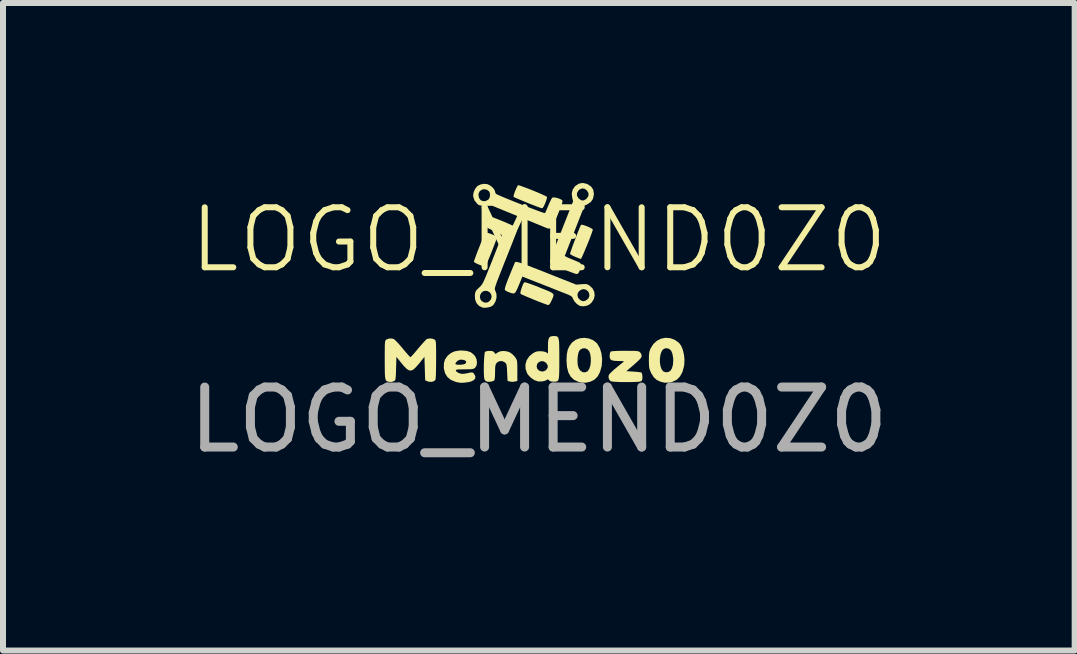
<source format=kicad_pcb>
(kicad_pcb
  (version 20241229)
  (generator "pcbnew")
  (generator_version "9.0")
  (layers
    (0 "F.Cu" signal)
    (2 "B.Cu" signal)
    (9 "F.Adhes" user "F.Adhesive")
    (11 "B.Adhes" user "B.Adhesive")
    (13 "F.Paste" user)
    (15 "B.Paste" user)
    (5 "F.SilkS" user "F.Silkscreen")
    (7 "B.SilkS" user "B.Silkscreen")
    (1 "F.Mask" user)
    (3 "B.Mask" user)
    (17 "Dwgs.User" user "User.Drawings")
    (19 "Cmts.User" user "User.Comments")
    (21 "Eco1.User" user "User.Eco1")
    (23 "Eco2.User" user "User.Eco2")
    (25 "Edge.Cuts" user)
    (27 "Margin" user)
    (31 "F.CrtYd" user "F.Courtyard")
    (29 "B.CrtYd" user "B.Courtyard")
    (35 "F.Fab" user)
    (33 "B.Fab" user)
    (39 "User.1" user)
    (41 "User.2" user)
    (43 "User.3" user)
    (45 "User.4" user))
  (footprint "LOGO_MEND0Z0"
    (layer "F.Cu")
    (at 5.935 1.449)
    (property "Reference" "LOGO_MEND0Z0" (at 0 -0.5 0) (unlocked yes) (layer "F.SilkS") (effects (font (size 1 1) (thickness 0.1))))
    (fp_poly (pts (xy -0.192 0.218) (xy -0.135 0.238) (xy -0.056 0.267) (xy 0.012 0.295) (xy 0.095 0.328) (xy 0.157 0.353) (xy 0.201 0.374) (xy 0.229 0.392) (xy 0.242 0.41) (xy 0.244 0.43) (xy 0.237 0.456) (xy 0.222 0.49) (xy 0.209 0.519) (xy 0.186 0.563) (xy 0.166 0.584) (xy 0.155 0.587) (xy 0.137 0.582) (xy 0.099 0.569) (xy 0.047 0.549) (xy -0.017 0.525) (xy -0.081 0.499) (xy -0.15 0.47) (xy -0.21 0.445) (xy -0.259 0.423) (xy -0.293 0.408) (xy -0.306 0.4) (xy -0.308 0.383) (xy -0.302 0.351) (xy -0.29 0.31) (xy -0.275 0.268) (xy -0.26 0.233) (xy -0.246 0.211) (xy -0.244 0.209) (xy -0.228 0.209)) (stroke (width 0) (type solid)) (fill yes) (layer "F.SilkS"))
    (fp_poly (pts (xy -0.329 -1.408) (xy -0.295 -1.397) (xy -0.246 -1.379) (xy -0.187 -1.357) (xy -0.123 -1.332) (xy -0.057 -1.305) (xy 0.005 -1.279) (xy 0.06 -1.255) (xy 0.103 -1.235) (xy 0.13 -1.22) (xy 0.137 -1.215) (xy 0.134 -1.197) (xy 0.125 -1.163) (xy 0.109 -1.119) (xy 0.107 -1.113) (xy 0.083 -1.06) (xy 0.064 -1.032) (xy 0.052 -1.026) (xy 0.034 -1.031) (xy -0.002 -1.044) (xy -0.055 -1.063) (xy -0.118 -1.088) (xy -0.189 -1.116) (xy -0.191 -1.117) (xy -0.261 -1.146) (xy -0.323 -1.172) (xy -0.373 -1.193) (xy -0.407 -1.209) (xy -0.422 -1.216) (xy -0.422 -1.216) (xy -0.422 -1.232) (xy -0.414 -1.263) (xy -0.4 -1.302) (xy -0.383 -1.344) (xy -0.366 -1.38) (xy -0.352 -1.405) (xy -0.346 -1.411)) (stroke (width 0) (type solid)) (fill yes) (layer "F.SilkS"))
    (fp_poly (pts (xy 0.753 -0.744) (xy 0.792 -0.73) (xy 0.834 -0.713) (xy 0.87 -0.694) (xy 0.894 -0.679) (xy 0.9 -0.67) (xy 0.894 -0.649) (xy 0.881 -0.61) (xy 0.862 -0.559) (xy 0.839 -0.499) (xy 0.813 -0.434) (xy 0.786 -0.369) (xy 0.76 -0.307) (xy 0.737 -0.254) (xy 0.718 -0.212) (xy 0.705 -0.187) (xy 0.701 -0.182) (xy 0.683 -0.187) (xy 0.649 -0.199) (xy 0.607 -0.216) (xy 0.606 -0.217) (xy 0.565 -0.236) (xy 0.534 -0.253) (xy 0.52 -0.265) (xy 0.52 -0.265) (xy 0.523 -0.28) (xy 0.534 -0.314) (xy 0.551 -0.363) (xy 0.572 -0.422) (xy 0.597 -0.487) (xy 0.622 -0.553) (xy 0.646 -0.616) (xy 0.669 -0.672) (xy 0.687 -0.716) (xy 0.7 -0.744) (xy 0.705 -0.751) (xy 0.721 -0.752)) (stroke (width 0) (type solid)) (fill yes) (layer "F.SilkS"))
    (fp_poly (pts (xy -0.874 -0.622) (xy -0.841 -0.613) (xy -0.797 -0.598) (xy -0.785 -0.593) (xy -0.739 -0.573) (xy -0.712 -0.559) (xy -0.7 -0.547) (xy -0.699 -0.533) (xy -0.7 -0.528) (xy -0.707 -0.509) (xy -0.722 -0.47) (xy -0.743 -0.415) (xy -0.768 -0.35) (xy -0.796 -0.279) (xy -0.796 -0.278) (xy -0.83 -0.195) (xy -0.856 -0.133) (xy -0.876 -0.091) (xy -0.891 -0.066) (xy -0.902 -0.056) (xy -0.905 -0.056) (xy -0.927 -0.061) (xy -0.963 -0.073) (xy -1.004 -0.089) (xy -1.044 -0.107) (xy -1.072 -0.124) (xy -1.083 -0.135) (xy -1.079 -0.153) (xy -1.066 -0.188) (xy -1.048 -0.238) (xy -1.026 -0.298) (xy -1 -0.363) (xy -0.974 -0.429) (xy -0.949 -0.492) (xy -0.926 -0.547) (xy -0.907 -0.59) (xy -0.895 -0.617) (xy -0.891 -0.623)) (stroke (width 0) (type solid)) (fill yes) (layer "F.SilkS"))
    (fp_poly (pts (xy 0.835 1.145) (xy 0.904 1.173) (xy 0.961 1.217) (xy 0.976 1.235) (xy 1.017 1.307) (xy 1.044 1.395) (xy 1.055 1.491) (xy 1.049 1.59) (xy 1.046 1.608) (xy 1.02 1.703) (xy 0.981 1.777) (xy 0.927 1.831) (xy 0.859 1.865) (xy 0.852 1.867) (xy 0.784 1.882) (xy 0.722 1.882) (xy 0.655 1.866) (xy 0.585 1.833) (xy 0.531 1.782) (xy 0.492 1.712) (xy 0.469 1.622) (xy 0.461 1.513) (xy 0.461 1.502) (xy 0.461 1.5) (xy 0.644 1.5) (xy 0.646 1.562) (xy 0.649 1.59) (xy 0.665 1.643) (xy 0.694 1.683) (xy 0.73 1.706) (xy 0.77 1.71) (xy 0.808 1.694) (xy 0.819 1.685) (xy 0.843 1.645) (xy 0.86 1.589) (xy 0.867 1.524) (xy 0.865 1.457) (xy 0.854 1.395) (xy 0.84 1.359) (xy 0.81 1.325) (xy 0.769 1.308) (xy 0.726 1.311) (xy 0.688 1.333) (xy 0.674 1.35) (xy 0.659 1.386) (xy 0.649 1.439) (xy 0.644 1.5) (xy 0.461 1.5) (xy 0.466 1.408) (xy 0.481 1.333) (xy 0.51 1.27) (xy 0.552 1.214) (xy 0.558 1.208) (xy 0.616 1.166) (xy 0.685 1.141) (xy 0.76 1.134)) (stroke (width 0) (type solid)) (fill yes) (layer "F.SilkS"))
    (fp_poly (pts (xy 2.189 1.139) (xy 2.264 1.166) (xy 2.334 1.215) (xy 2.334 1.215) (xy 2.372 1.265) (xy 2.4 1.332) (xy 2.419 1.412) (xy 2.428 1.497) (xy 2.424 1.583) (xy 2.42 1.608) (xy 2.394 1.703) (xy 2.354 1.777) (xy 2.301 1.831) (xy 2.233 1.865) (xy 2.225 1.867) (xy 2.157 1.882) (xy 2.095 1.882) (xy 2.029 1.866) (xy 1.966 1.837) (xy 1.915 1.79) (xy 1.873 1.723) (xy 1.867 1.711) (xy 1.852 1.674) (xy 1.842 1.641) (xy 1.837 1.602) (xy 1.835 1.551) (xy 1.834 1.508) (xy 1.835 1.482) (xy 2.018 1.482) (xy 2.018 1.544) (xy 2.027 1.603) (xy 2.044 1.653) (xy 2.071 1.69) (xy 2.076 1.694) (xy 2.113 1.708) (xy 2.156 1.705) (xy 2.192 1.685) (xy 2.192 1.685) (xy 2.218 1.644) (xy 2.235 1.586) (xy 2.241 1.516) (xy 2.24 1.476) (xy 2.227 1.4) (xy 2.204 1.346) (xy 2.169 1.316) (xy 2.124 1.307) (xy 2.097 1.312) (xy 2.066 1.331) (xy 2.042 1.37) (xy 2.026 1.422) (xy 2.018 1.482) (xy 1.835 1.482) (xy 1.835 1.443) (xy 1.838 1.396) (xy 1.845 1.359) (xy 1.857 1.324) (xy 1.864 1.309) (xy 1.909 1.237) (xy 1.968 1.183) (xy 2.037 1.148) (xy 2.112 1.133)) (stroke (width 0) (type solid)) (fill yes) (layer "F.SilkS"))
    (fp_poly (pts (xy -0.782 1.354) (xy -0.756 1.365) (xy -0.744 1.377) (xy -0.722 1.404) (xy -0.687 1.378) (xy -0.641 1.358) (xy -0.583 1.353) (xy -0.523 1.362) (xy -0.482 1.378) (xy -0.445 1.404) (xy -0.409 1.44) (xy -0.396 1.456) (xy -0.381 1.479) (xy -0.371 1.498) (xy -0.364 1.521) (xy -0.361 1.551) (xy -0.359 1.594) (xy -0.359 1.656) (xy -0.359 1.681) (xy -0.359 1.853) (xy -0.4 1.863) (xy -0.442 1.868) (xy -0.481 1.863) (xy -0.522 1.853) (xy -0.529 1.711) (xy -0.532 1.648) (xy -0.536 1.606) (xy -0.541 1.578) (xy -0.549 1.561) (xy -0.561 1.548) (xy -0.565 1.544) (xy -0.608 1.523) (xy -0.653 1.522) (xy -0.692 1.541) (xy -0.704 1.554) (xy -0.717 1.573) (xy -0.724 1.596) (xy -0.729 1.63) (xy -0.73 1.681) (xy -0.73 1.71) (xy -0.732 1.775) (xy -0.736 1.818) (xy -0.743 1.842) (xy -0.747 1.846) (xy -0.778 1.86) (xy -0.821 1.867) (xy -0.864 1.865) (xy -0.866 1.865) (xy -0.893 1.848) (xy -0.908 1.825) (xy -0.913 1.799) (xy -0.916 1.755) (xy -0.918 1.698) (xy -0.918 1.633) (xy -0.917 1.566) (xy -0.914 1.501) (xy -0.91 1.443) (xy -0.906 1.399) (xy -0.9 1.372) (xy -0.898 1.368) (xy -0.877 1.358) (xy -0.841 1.352) (xy -0.824 1.352)) (stroke (width 0) (type solid)) (fill yes) (layer "F.SilkS"))
    (fp_poly (pts (xy 1.517 1.351) (xy 1.577 1.351) (xy 1.62 1.353) (xy 1.649 1.357) (xy 1.668 1.362) (xy 1.681 1.369) (xy 1.687 1.374) (xy 1.708 1.406) (xy 1.714 1.434) (xy 1.711 1.452) (xy 1.7 1.471) (xy 1.677 1.497) (xy 1.641 1.532) (xy 1.588 1.579) (xy 1.587 1.58) (xy 1.459 1.69) (xy 1.577 1.697) (xy 1.631 1.701) (xy 1.675 1.706) (xy 1.704 1.711) (xy 1.711 1.713) (xy 1.72 1.732) (xy 1.726 1.767) (xy 1.727 1.786) (xy 1.725 1.824) (xy 1.718 1.846) (xy 1.703 1.857) (xy 1.694 1.861) (xy 1.669 1.866) (xy 1.624 1.869) (xy 1.565 1.871) (xy 1.497 1.872) (xy 1.425 1.872) (xy 1.356 1.871) (xy 1.293 1.868) (xy 1.242 1.865) (xy 1.209 1.86) (xy 1.2 1.858) (xy 1.173 1.832) (xy 1.161 1.792) (xy 1.165 1.757) (xy 1.178 1.737) (xy 1.208 1.706) (xy 1.252 1.665) (xy 1.307 1.619) (xy 1.369 1.569) (xy 1.407 1.539) (xy 1.416 1.53) (xy 1.412 1.525) (xy 1.392 1.522) (xy 1.351 1.521) (xy 1.329 1.521) (xy 1.264 1.518) (xy 1.221 1.51) (xy 1.195 1.495) (xy 1.183 1.469) (xy 1.18 1.432) (xy 1.184 1.396) (xy 1.193 1.369) (xy 1.196 1.365) (xy 1.213 1.359) (xy 1.251 1.355) (xy 1.311 1.352) (xy 1.394 1.35) (xy 1.436 1.35)) (stroke (width 0) (type solid)) (fill yes) (layer "F.SilkS"))
    (fp_poly (pts (xy -1.202 1.352) (xy -1.136 1.374) (xy -1.085 1.414) (xy -1.061 1.444) (xy -1.039 1.493) (xy -1.032 1.546) (xy -1.039 1.595) (xy -1.062 1.632) (xy -1.077 1.643) (xy -1.094 1.651) (xy -1.12 1.656) (xy -1.159 1.658) (xy -1.217 1.659) (xy -1.238 1.659) (xy -1.303 1.66) (xy -1.346 1.661) (xy -1.371 1.665) (xy -1.383 1.671) (xy -1.385 1.678) (xy -1.374 1.697) (xy -1.346 1.716) (xy -1.309 1.73) (xy -1.274 1.735) (xy -1.239 1.732) (xy -1.194 1.724) (xy -1.171 1.719) (xy -1.132 1.711) (xy -1.109 1.711) (xy -1.094 1.72) (xy -1.081 1.733) (xy -1.059 1.774) (xy -1.061 1.81) (xy -1.086 1.84) (xy -1.133 1.863) (xy -1.179 1.873) (xy -1.246 1.882) (xy -1.3 1.884) (xy -1.351 1.877) (xy -1.387 1.868) (xy -1.466 1.836) (xy -1.525 1.788) (xy -1.564 1.725) (xy -1.584 1.646) (xy -1.585 1.634) (xy -1.583 1.568) (xy -1.393 1.568) (xy -1.392 1.571) (xy -1.374 1.579) (xy -1.34 1.583) (xy -1.3 1.582) (xy -1.26 1.577) (xy -1.232 1.568) (xy -1.227 1.565) (xy -1.211 1.543) (xy -1.217 1.522) (xy -1.242 1.506) (xy -1.28 1.498) (xy -1.321 1.5) (xy -1.354 1.516) (xy -1.365 1.526) (xy -1.385 1.55) (xy -1.393 1.568) (xy -1.583 1.568) (xy -1.583 1.557) (xy -1.565 1.495) (xy -1.528 1.441) (xy -1.521 1.432) (xy -1.466 1.387) (xy -1.404 1.359) (xy -1.328 1.346) (xy -1.285 1.345)) (stroke (width 0) (type solid)) (fill yes) (layer "F.SilkS"))
    (fp_poly (pts (xy 0.273 1.105) (xy 0.294 1.107) (xy 0.31 1.115) (xy 0.322 1.13) (xy 0.33 1.155) (xy 0.336 1.192) (xy 0.339 1.246) (xy 0.34 1.317) (xy 0.341 1.409) (xy 0.341 1.488) (xy 0.341 1.595) (xy 0.34 1.68) (xy 0.338 1.745) (xy 0.335 1.792) (xy 0.329 1.825) (xy 0.32 1.846) (xy 0.306 1.858) (xy 0.289 1.864) (xy 0.265 1.865) (xy 0.244 1.865) (xy 0.199 1.861) (xy 0.173 1.847) (xy 0.169 1.842) (xy 0.153 1.827) (xy 0.136 1.833) (xy 0.133 1.835) (xy 0.096 1.853) (xy 0.045 1.862) (xy -0.01 1.861) (xy -0.016 1.86) (xy -0.076 1.839) (xy -0.134 1.799) (xy -0.182 1.748) (xy -0.197 1.723) (xy -0.222 1.65) (xy -0.223 1.609) (xy -0.037 1.609) (xy -0.027 1.65) (xy 0.001 1.679) (xy 0.039 1.694) (xy 0.081 1.693) (xy 0.12 1.672) (xy 0.122 1.669) (xy 0.147 1.632) (xy 0.147 1.593) (xy 0.123 1.554) (xy 0.121 1.551) (xy 0.082 1.527) (xy 0.041 1.523) (xy 0.003 1.536) (xy -0.025 1.564) (xy -0.037 1.605) (xy -0.037 1.609) (xy -0.223 1.609) (xy -0.224 1.577) (xy -0.203 1.506) (xy -0.161 1.443) (xy -0.108 1.398) (xy -0.065 1.372) (xy -0.028 1.36) (xy 0.019 1.357) (xy 0.024 1.357) (xy 0.078 1.361) (xy 0.117 1.373) (xy 0.124 1.376) (xy 0.152 1.396) (xy 0.152 1.278) (xy 0.153 1.208) (xy 0.16 1.159) (xy 0.174 1.128) (xy 0.196 1.111) (xy 0.23 1.105) (xy 0.246 1.105)) (stroke (width 0) (type solid)) (fill yes) (layer "F.SilkS"))
    (fp_poly (pts (xy 0.794 -1.435) (xy 0.816 -1.426) (xy 0.872 -1.387) (xy 0.906 -1.337) (xy 0.917 -1.274) (xy 0.916 -1.247) (xy 0.901 -1.182) (xy 0.867 -1.132) (xy 0.811 -1.094) (xy 0.811 -1.094) (xy 0.76 -1.069) (xy 0.598 -0.655) (xy 0.56 -0.558) (xy 0.525 -0.47) (xy 0.494 -0.391) (xy 0.468 -0.325) (xy 0.449 -0.275) (xy 0.436 -0.243) (xy 0.432 -0.233) (xy 0.442 -0.225) (xy 0.47 -0.21) (xy 0.513 -0.191) (xy 0.552 -0.175) (xy 0.604 -0.154) (xy 0.649 -0.134) (xy 0.68 -0.12) (xy 0.69 -0.114) (xy 0.704 -0.087) (xy 0.701 -0.044) (xy 0.681 0.014) (xy 0.663 0.05) (xy 0.646 0.067) (xy 0.628 0.07) (xy 0.607 0.065) (xy 0.567 0.051) (xy 0.514 0.031) (xy 0.45 0.006) (xy 0.399 -0.015) (xy 0.333 -0.044) (xy 0.275 -0.07) (xy 0.229 -0.093) (xy 0.199 -0.11) (xy 0.19 -0.117) (xy 0.187 -0.124) (xy 0.186 -0.133) (xy 0.188 -0.147) (xy 0.193 -0.166) (xy 0.201 -0.194) (xy 0.215 -0.233) (xy 0.234 -0.284) (xy 0.259 -0.349) (xy 0.291 -0.431) (xy 0.33 -0.532) (xy 0.378 -0.653) (xy 0.397 -0.702) (xy 0.571 -1.143) (xy 0.556 -1.202) (xy 0.552 -1.238) (xy 0.635 -1.238) (xy 0.66 -1.195) (xy 0.669 -1.186) (xy 0.708 -1.159) (xy 0.748 -1.157) (xy 0.788 -1.18) (xy 0.804 -1.196) (xy 0.828 -1.238) (xy 0.827 -1.28) (xy 0.802 -1.322) (xy 0.764 -1.351) (xy 0.72 -1.357) (xy 0.679 -1.34) (xy 0.66 -1.322) (xy 0.635 -1.279) (xy 0.635 -1.238) (xy 0.552 -1.238) (xy 0.548 -1.274) (xy 0.564 -1.338) (xy 0.602 -1.392) (xy 0.611 -1.4) (xy 0.668 -1.437) (xy 0.73 -1.449)) (stroke (width 0) (type solid)) (fill yes) (layer "F.SilkS"))
    (fp_poly (pts (xy -0.37 -0.132) (xy -0.344 -0.126) (xy -0.306 -0.115) (xy -0.255 -0.097) (xy -0.188 -0.073) (xy -0.104 -0.04) (xy 0 0) (xy 0.125 0.049) (xy 0.144 0.057) (xy 0.622 0.247) (xy 0.711 0.24) (xy 0.761 0.237) (xy 0.794 0.239) (xy 0.819 0.247) (xy 0.845 0.263) (xy 0.895 0.31) (xy 0.923 0.366) (xy 0.931 0.426) (xy 0.917 0.487) (xy 0.882 0.543) (xy 0.844 0.578) (xy 0.799 0.599) (xy 0.745 0.608) (xy 0.695 0.604) (xy 0.681 0.6) (xy 0.633 0.569) (xy 0.592 0.525) (xy 0.567 0.479) (xy 0.56 0.462) (xy 0.549 0.448) (xy 0.53 0.434) (xy 0.507 0.423) (xy 0.643 0.423) (xy 0.655 0.468) (xy 0.69 0.504) (xy 0.7 0.51) (xy 0.736 0.524) (xy 0.771 0.517) (xy 0.786 0.51) (xy 0.826 0.477) (xy 0.843 0.436) (xy 0.838 0.39) (xy 0.818 0.357) (xy 0.784 0.33) (xy 0.743 0.322) (xy 0.703 0.332) (xy 0.669 0.357) (xy 0.647 0.394) (xy 0.643 0.423) (xy 0.507 0.423) (xy 0.499 0.418) (xy 0.452 0.399) (xy 0.393 0.376) (xy 0.33 0.351) (xy 0.251 0.32) (xy 0.161 0.284) (xy 0.069 0.248) (xy -0.019 0.213) (xy -0.021 0.213) (xy -0.275 0.113) (xy -0.327 0.24) (xy -0.355 0.306) (xy -0.376 0.351) (xy -0.394 0.379) (xy -0.412 0.392) (xy -0.434 0.394) (xy -0.463 0.387) (xy -0.485 0.379) (xy -0.526 0.363) (xy -0.556 0.346) (xy -0.567 0.334) (xy -0.568 0.318) (xy -0.561 0.286) (xy -0.544 0.236) (xy -0.518 0.166) (xy -0.489 0.095) (xy -0.461 0.026) (xy -0.436 -0.035) (xy -0.416 -0.083) (xy -0.402 -0.116) (xy -0.396 -0.128) (xy -0.396 -0.129) (xy -0.387 -0.132)) (stroke (width 0) (type solid)) (fill yes) (layer "F.SilkS"))
    (fp_poly (pts (xy -1.774 1.148) (xy -1.741 1.162) (xy -1.732 1.169) (xy -1.726 1.177) (xy -1.721 1.191) (xy -1.717 1.212) (xy -1.715 1.245) (xy -1.714 1.291) (xy -1.713 1.356) (xy -1.713 1.44) (xy -1.713 1.497) (xy -1.714 1.596) (xy -1.715 1.681) (xy -1.717 1.751) (xy -1.72 1.802) (xy -1.724 1.831) (xy -1.726 1.836) (xy -1.75 1.857) (xy -1.788 1.868) (xy -1.831 1.867) (xy -1.86 1.858) (xy -1.896 1.841) (xy -1.902 1.646) (xy -1.908 1.451) (xy -1.99 1.554) (xy -2.028 1.599) (xy -2.064 1.637) (xy -2.094 1.664) (xy -2.107 1.672) (xy -2.138 1.68) (xy -2.169 1.674) (xy -2.203 1.652) (xy -2.243 1.613) (xy -2.293 1.554) (xy -2.375 1.451) (xy -2.381 1.646) (xy -2.383 1.72) (xy -2.386 1.773) (xy -2.389 1.808) (xy -2.393 1.831) (xy -2.4 1.844) (xy -2.41 1.852) (xy -2.419 1.857) (xy -2.452 1.869) (xy -2.486 1.87) (xy -2.513 1.864) (xy -2.53 1.859) (xy -2.543 1.851) (xy -2.553 1.836) (xy -2.56 1.813) (xy -2.565 1.777) (xy -2.568 1.727) (xy -2.569 1.659) (xy -2.57 1.571) (xy -2.57 1.5) (xy -2.57 1.402) (xy -2.569 1.327) (xy -2.569 1.27) (xy -2.567 1.23) (xy -2.564 1.202) (xy -2.56 1.184) (xy -2.555 1.173) (xy -2.547 1.166) (xy -2.542 1.162) (xy -2.497 1.145) (xy -2.445 1.146) (xy -2.416 1.156) (xy -2.398 1.171) (xy -2.368 1.201) (xy -2.329 1.243) (xy -2.286 1.293) (xy -2.269 1.314) (xy -2.227 1.364) (xy -2.19 1.407) (xy -2.161 1.439) (xy -2.145 1.455) (xy -2.141 1.457) (xy -2.131 1.448) (xy -2.107 1.423) (xy -2.073 1.385) (xy -2.033 1.337) (xy -2.01 1.309) (xy -1.965 1.257) (xy -1.925 1.212) (xy -1.893 1.177) (xy -1.872 1.157) (xy -1.866 1.153) (xy -1.821 1.144)) (stroke (width 0) (type solid)) (fill yes) (layer "F.SilkS"))
    (fp_poly (pts (xy -0.857 -1.428) (xy -0.819 -1.41) (xy -0.78 -1.381) (xy -0.749 -1.347) (xy -0.732 -1.314) (xy -0.73 -1.303) (xy -0.722 -1.276) (xy -0.715 -1.267) (xy -0.697 -1.257) (xy -0.66 -1.24) (xy -0.607 -1.217) (xy -0.541 -1.19) (xy -0.466 -1.159) (xy -0.385 -1.127) (xy -0.3 -1.093) (xy -0.216 -1.06) (xy -0.135 -1.029) (xy -0.061 -1.001) (xy 0.003 -0.977) (xy 0.053 -0.959) (xy 0.087 -0.948) (xy 0.101 -0.945) (xy 0.101 -0.945) (xy 0.11 -0.96) (xy 0.125 -0.994) (xy 0.144 -1.039) (xy 0.158 -1.072) (xy 0.18 -1.123) (xy 0.201 -1.166) (xy 0.217 -1.195) (xy 0.223 -1.203) (xy 0.245 -1.208) (xy 0.281 -1.204) (xy 0.323 -1.193) (xy 0.361 -1.178) (xy 0.388 -1.161) (xy 0.39 -1.158) (xy 0.394 -1.147) (xy 0.391 -1.126) (xy 0.382 -1.093) (xy 0.365 -1.045) (xy 0.339 -0.979) (xy 0.313 -0.915) (xy 0.281 -0.837) (xy 0.256 -0.779) (xy 0.237 -0.739) (xy 0.222 -0.712) (xy 0.21 -0.697) (xy 0.199 -0.69) (xy 0.189 -0.688) (xy 0.157 -0.689) (xy 0.139 -0.693) (xy 0.123 -0.7) (xy 0.087 -0.714) (xy 0.033 -0.737) (xy -0.037 -0.765) (xy -0.119 -0.799) (xy -0.211 -0.836) (xy -0.31 -0.877) (xy -0.327 -0.884) (xy -0.774 -1.067) (xy -0.884 -1.068) (xy -0.938 -1.069) (xy -0.974 -1.072) (xy -0.998 -1.079) (xy -1.017 -1.092) (xy -1.027 -1.1) (xy -1.072 -1.156) (xy -1.094 -1.218) (xy -1.095 -1.245) (xy -1.007 -1.245) (xy -0.997 -1.197) (xy -0.971 -1.162) (xy -0.933 -1.145) (xy -0.89 -1.146) (xy -0.847 -1.168) (xy -0.838 -1.176) (xy -0.819 -1.21) (xy -0.814 -1.253) (xy -0.822 -1.294) (xy -0.831 -1.308) (xy -0.87 -1.337) (xy -0.918 -1.344) (xy -0.944 -1.338) (xy -0.984 -1.314) (xy -1.004 -1.275) (xy -1.007 -1.245) (xy -1.095 -1.245) (xy -1.096 -1.248) (xy -1.086 -1.297) (xy -1.063 -1.349) (xy -1.031 -1.391) (xy -1.022 -1.399) (xy -0.973 -1.423) (xy -0.914 -1.434)) (stroke (width 0) (type solid)) (fill yes) (layer "F.SilkS"))
    (fp_poly (pts (xy -0.787 -0.881) (xy -0.748 -0.868) (xy -0.697 -0.848) (xy -0.637 -0.824) (xy -0.573 -0.798) (xy -0.511 -0.771) (xy -0.454 -0.746) (xy -0.409 -0.724) (xy -0.379 -0.708) (xy -0.369 -0.701) (xy -0.365 -0.696) (xy -0.362 -0.691) (xy -0.36 -0.684) (xy -0.362 -0.673) (xy -0.366 -0.655) (xy -0.374 -0.63) (xy -0.387 -0.594) (xy -0.406 -0.545) (xy -0.43 -0.482) (xy -0.461 -0.403) (xy -0.5 -0.305) (xy -0.547 -0.186) (xy -0.567 -0.138) (xy -0.612 -0.023) (xy -0.649 0.071) (xy -0.678 0.146) (xy -0.701 0.204) (xy -0.716 0.249) (xy -0.727 0.282) (xy -0.733 0.305) (xy -0.734 0.322) (xy -0.733 0.334) (xy -0.729 0.344) (xy -0.726 0.349) (xy -0.707 0.403) (xy -0.706 0.465) (xy -0.722 0.525) (xy -0.752 0.577) (xy -0.783 0.606) (xy -0.821 0.621) (xy -0.871 0.631) (xy -0.918 0.633) (xy -0.938 0.63) (xy -0.997 0.602) (xy -1.039 0.556) (xy -1.063 0.496) (xy -1.065 0.466) (xy -0.983 0.466) (xy -0.967 0.505) (xy -0.949 0.524) (xy -0.905 0.547) (xy -0.862 0.545) (xy -0.833 0.53) (xy -0.801 0.495) (xy -0.788 0.454) (xy -0.794 0.413) (xy -0.816 0.378) (xy -0.853 0.355) (xy -0.887 0.349) (xy -0.93 0.359) (xy -0.962 0.386) (xy -0.98 0.424) (xy -0.983 0.466) (xy -1.065 0.466) (xy -1.067 0.426) (xy -1.063 0.387) (xy -1.053 0.359) (xy -1.035 0.333) (xy -1.002 0.301) (xy -0.999 0.299) (xy -0.982 0.283) (xy -0.967 0.267) (xy -0.953 0.249) (xy -0.938 0.226) (xy -0.922 0.195) (xy -0.903 0.153) (xy -0.88 0.099) (xy -0.852 0.029) (xy -0.816 -0.06) (xy -0.776 -0.16) (xy -0.739 -0.255) (xy -0.704 -0.343) (xy -0.674 -0.421) (xy -0.649 -0.487) (xy -0.631 -0.536) (xy -0.62 -0.568) (xy -0.617 -0.577) (xy -0.628 -0.588) (xy -0.657 -0.606) (xy -0.701 -0.628) (xy -0.746 -0.648) (xy -0.804 -0.674) (xy -0.842 -0.692) (xy -0.864 -0.708) (xy -0.875 -0.722) (xy -0.879 -0.736) (xy -0.876 -0.77) (xy -0.865 -0.81) (xy -0.847 -0.848) (xy -0.827 -0.876) (xy -0.809 -0.886)) (stroke (width 0) (type solid)) (fill yes) (layer "F.SilkS"))
    (fp_text user "${REFERENCE}" (at 0 2.5 0) (unlocked yes) (layer "F.Fab") (effects (font (size 1 1) (thickness 0.15)))))
  (gr_rect
    (start -3 -3)
    (end 14.869 7.797)
    (stroke (width 0.1) (type default))
    (fill no)
    (layer "Edge.Cuts")))
</source>
